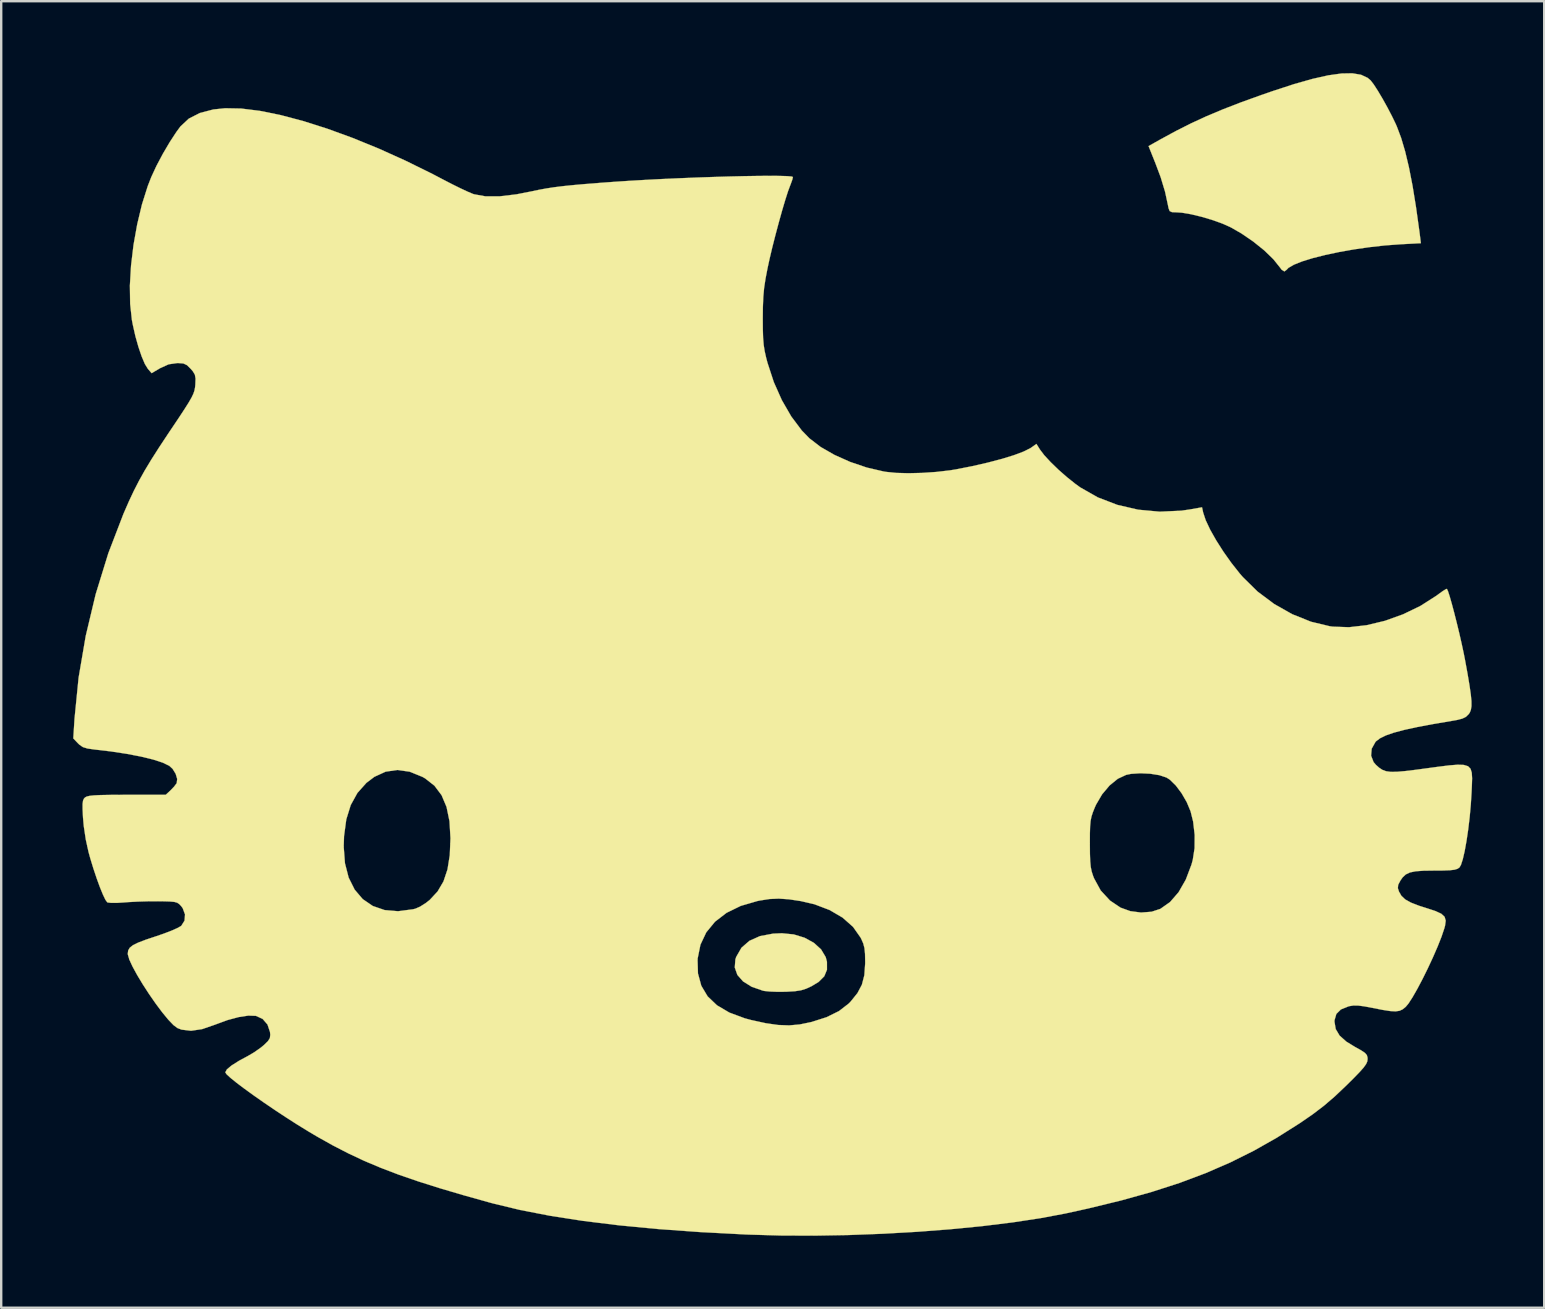
<source format=kicad_pcb>
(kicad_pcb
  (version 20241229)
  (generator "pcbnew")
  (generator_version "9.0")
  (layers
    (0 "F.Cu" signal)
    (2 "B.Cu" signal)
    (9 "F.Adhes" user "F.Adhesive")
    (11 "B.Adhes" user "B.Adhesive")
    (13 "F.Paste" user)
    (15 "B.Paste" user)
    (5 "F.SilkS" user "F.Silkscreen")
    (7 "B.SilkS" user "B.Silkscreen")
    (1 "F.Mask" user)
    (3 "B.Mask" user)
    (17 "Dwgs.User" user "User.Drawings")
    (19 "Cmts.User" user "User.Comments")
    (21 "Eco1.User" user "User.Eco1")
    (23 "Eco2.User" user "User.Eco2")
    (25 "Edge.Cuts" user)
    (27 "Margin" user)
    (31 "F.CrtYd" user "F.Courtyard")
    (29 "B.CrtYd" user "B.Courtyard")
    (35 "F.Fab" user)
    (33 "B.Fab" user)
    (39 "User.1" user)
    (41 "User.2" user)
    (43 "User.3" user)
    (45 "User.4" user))
  (footprint "HELLO_KITTY_1100"
    (layer "F.Cu")
    (at 29.343 23.942)
    (property "Reference" "HELLO_KITTY_1100" (at 0 0 0) (layer "F.SilkS") (effects (font (size 1.524 1.524) (thickness 0.3))))
    (attr through_hole)
    (fp_poly (pts (xy 0.688 11.951) (xy 1.14 12.089) (xy 1.527 12.302) (xy 1.827 12.575) (xy 2.019 12.896) (xy 2.071 13.092) (xy 2.072 13.421) (xy 1.96 13.694) (xy 1.724 13.93) (xy 1.432 14.107) (xy 1.203 14.213) (xy 0.987 14.28) (xy 0.735 14.318) (xy 0.396 14.338) (xy 0.348 14.34) (xy 0.013 14.343) (xy -0.301 14.331) (xy -0.54 14.307) (xy -0.601 14.294) (xy -1.069 14.131) (xy -1.425 13.909) (xy -1.662 13.639) (xy -1.771 13.33) (xy -1.745 12.99) (xy -1.712 12.889) (xy -1.493 12.507) (xy -1.162 12.218) (xy -0.722 12.021) (xy -0.175 11.918) (xy 0.194 11.902) (xy 0.688 11.951)) (stroke (width 0.01) (type solid)) (fill yes) (layer "F.SilkS"))
    (fp_poly (pts (xy 24.329 -23.876) (xy 24.605 -23.747) (xy 24.732 -23.638) (xy 24.859 -23.472) (xy 25.03 -23.208) (xy 25.226 -22.878) (xy 25.428 -22.515) (xy 25.617 -22.152) (xy 25.776 -21.823) (xy 25.823 -21.716) (xy 26.002 -21.24) (xy 26.168 -20.678) (xy 26.325 -20.02) (xy 26.475 -19.254) (xy 26.619 -18.368) (xy 26.761 -17.351) (xy 26.795 -17.083) (xy 26.823 -16.857) (xy 25.965 -16.811) (xy 25.327 -16.764) (xy 24.676 -16.691) (xy 24.031 -16.598) (xy 23.41 -16.488) (xy 22.831 -16.365) (xy 22.313 -16.234) (xy 21.874 -16.098) (xy 21.531 -15.961) (xy 21.304 -15.829) (xy 21.228 -15.749) (xy 21.135 -15.68) (xy 21.023 -15.749) (xy 20.953 -15.842) (xy 20.678 -16.186) (xy 20.298 -16.555) (xy 19.842 -16.922) (xy 19.344 -17.263) (xy 18.902 -17.517) (xy 18.557 -17.672) (xy 18.137 -17.822) (xy 17.686 -17.957) (xy 17.247 -18.063) (xy 16.864 -18.128) (xy 16.649 -18.143) (xy 16.452 -18.15) (xy 16.353 -18.196) (xy 16.307 -18.316) (xy 16.288 -18.415) (xy 16.162 -19.001) (xy 15.977 -19.611) (xy 15.758 -20.195) (xy 15.474 -20.904) (xy 15.992 -21.195) (xy 16.628 -21.54) (xy 17.251 -21.854) (xy 17.889 -22.148) (xy 18.57 -22.434) (xy 19.322 -22.725) (xy 20.173 -23.032) (xy 20.647 -23.196) (xy 21.535 -23.486) (xy 22.305 -23.704) (xy 22.963 -23.852) (xy 23.515 -23.929) (xy 23.968 -23.937) (xy 24.329 -23.876)) (stroke (width 0.01) (type solid)) (fill yes) (layer "F.SilkS"))
    (fp_poly (pts (xy -22.339 -22.468) (xy -21.565 -22.372) (xy -20.701 -22.197) (xy -19.76 -21.948) (xy -18.756 -21.629) (xy -17.701 -21.245) (xy -16.608 -20.799) (xy -15.492 -20.295) (xy -14.363 -19.739) (xy -13.934 -19.514) (xy -13.564 -19.322) (xy -13.212 -19.148) (xy -12.91 -19.007) (xy -12.69 -18.914) (xy -12.634 -18.895) (xy -12.164 -18.81) (xy -11.575 -18.809) (xy -10.87 -18.893) (xy -10.233 -19.018) (xy -9.926 -19.083) (xy -9.62 -19.139) (xy -9.294 -19.189) (xy -8.924 -19.235) (xy -8.491 -19.279) (xy -7.973 -19.325) (xy -7.347 -19.374) (xy -6.785 -19.415) (xy -6.164 -19.456) (xy -5.497 -19.495) (xy -4.801 -19.531) (xy -4.089 -19.563) (xy -3.376 -19.592) (xy -2.677 -19.616) (xy -2.006 -19.636) (xy -1.379 -19.651) (xy -0.81 -19.66) (xy -0.313 -19.664) (xy 0.096 -19.661) (xy 0.403 -19.652) (xy 0.594 -19.636) (xy 0.653 -19.615) (xy 0.627 -19.504) (xy 0.562 -19.323) (xy 0.539 -19.265) (xy 0.446 -19.014) (xy 0.33 -18.65) (xy 0.198 -18.205) (xy 0.059 -17.706) (xy -0.08 -17.184) (xy -0.211 -16.669) (xy -0.324 -16.19) (xy -0.405 -15.817) (xy -0.49 -15.373) (xy -0.548 -14.991) (xy -0.582 -14.619) (xy -0.599 -14.205) (xy -0.604 -13.716) (xy -0.601 -13.257) (xy -0.59 -12.904) (xy -0.566 -12.617) (xy -0.525 -12.357) (xy -0.464 -12.086) (xy -0.408 -11.874) (xy -0.145 -11.07) (xy 0.191 -10.315) (xy 0.585 -9.633) (xy 1.021 -9.052) (xy 1.34 -8.724) (xy 1.807 -8.365) (xy 2.385 -8.033) (xy 3.038 -7.741) (xy 3.732 -7.506) (xy 4.432 -7.343) (xy 4.527 -7.327) (xy 4.949 -7.284) (xy 5.47 -7.27) (xy 6.046 -7.284) (xy 6.634 -7.324) (xy 7.191 -7.389) (xy 7.439 -7.429) (xy 8.13 -7.565) (xy 8.777 -7.713) (xy 9.362 -7.867) (xy 9.865 -8.022) (xy 10.266 -8.173) (xy 10.547 -8.313) (xy 10.591 -8.342) (xy 10.801 -8.492) (xy 10.948 -8.256) (xy 11.126 -8.021) (xy 11.393 -7.733) (xy 11.718 -7.418) (xy 12.073 -7.106) (xy 12.426 -6.824) (xy 12.621 -6.683) (xy 13.359 -6.263) (xy 14.175 -5.95) (xy 15.042 -5.75) (xy 15.937 -5.667) (xy 16.833 -5.708) (xy 17.179 -5.758) (xy 17.702 -5.85) (xy 17.75 -5.628) (xy 17.855 -5.312) (xy 18.041 -4.917) (xy 18.294 -4.47) (xy 18.595 -3.998) (xy 18.928 -3.528) (xy 19.277 -3.087) (xy 19.4 -2.945) (xy 20.015 -2.34) (xy 20.711 -1.819) (xy 21.463 -1.394) (xy 22.243 -1.081) (xy 23.025 -0.893) (xy 23.151 -0.876) (xy 23.828 -0.852) (xy 24.562 -0.936) (xy 25.323 -1.118) (xy 26.081 -1.39) (xy 26.806 -1.741) (xy 27.469 -2.164) (xy 27.559 -2.231) (xy 27.739 -2.361) (xy 27.867 -2.439) (xy 27.908 -2.451) (xy 27.953 -2.354) (xy 28.023 -2.139) (xy 28.111 -1.832) (xy 28.211 -1.457) (xy 28.317 -1.039) (xy 28.423 -0.602) (xy 28.521 -0.171) (xy 28.607 0.229) (xy 28.66 0.497) (xy 28.77 1.099) (xy 28.85 1.577) (xy 28.903 1.947) (xy 28.93 2.227) (xy 28.931 2.435) (xy 28.908 2.587) (xy 28.863 2.702) (xy 28.817 2.769) (xy 28.704 2.88) (xy 28.549 2.957) (xy 28.31 3.017) (xy 28.139 3.047) (xy 27.34 3.182) (xy 26.673 3.307) (xy 26.13 3.426) (xy 25.698 3.541) (xy 25.366 3.656) (xy 25.124 3.774) (xy 24.96 3.897) (xy 24.927 3.934) (xy 24.773 4.211) (xy 24.748 4.501) (xy 24.852 4.769) (xy 24.946 4.88) (xy 25.085 5.004) (xy 25.22 5.093) (xy 25.374 5.15) (xy 25.568 5.176) (xy 25.826 5.173) (xy 26.169 5.143) (xy 26.621 5.088) (xy 26.932 5.046) (xy 27.531 4.965) (xy 28.001 4.906) (xy 28.357 4.878) (xy 28.614 4.887) (xy 28.788 4.941) (xy 28.893 5.047) (xy 28.944 5.213) (xy 28.958 5.446) (xy 28.948 5.753) (xy 28.936 6.02) (xy 28.904 6.538) (xy 28.856 7.065) (xy 28.795 7.579) (xy 28.724 8.058) (xy 28.648 8.479) (xy 28.569 8.82) (xy 28.492 9.057) (xy 28.429 9.162) (xy 28.346 9.217) (xy 28.223 9.254) (xy 28.033 9.276) (xy 27.75 9.287) (xy 27.391 9.289) (xy 26.94 9.295) (xy 26.607 9.319) (xy 26.368 9.368) (xy 26.196 9.449) (xy 26.065 9.57) (xy 25.971 9.704) (xy 25.877 9.883) (xy 25.864 10.022) (xy 25.91 10.165) (xy 26.012 10.343) (xy 26.171 10.492) (xy 26.411 10.626) (xy 26.753 10.758) (xy 27.059 10.855) (xy 27.429 10.976) (xy 27.675 11.09) (xy 27.812 11.217) (xy 27.858 11.377) (xy 27.83 11.588) (xy 27.799 11.702) (xy 27.684 12.044) (xy 27.523 12.451) (xy 27.329 12.898) (xy 27.115 13.358) (xy 26.893 13.807) (xy 26.676 14.219) (xy 26.476 14.569) (xy 26.306 14.831) (xy 26.192 14.968) (xy 26.067 15.07) (xy 25.935 15.133) (xy 25.768 15.157) (xy 25.541 15.144) (xy 25.225 15.095) (xy 24.834 15.018) (xy 24.47 14.949) (xy 24.208 14.915) (xy 24.011 14.913) (xy 23.839 14.941) (xy 23.804 14.95) (xy 23.49 15.077) (xy 23.301 15.264) (xy 23.225 15.523) (xy 23.223 15.592) (xy 23.274 15.895) (xy 23.435 16.166) (xy 23.717 16.419) (xy 24.076 16.638) (xy 24.337 16.784) (xy 24.494 16.89) (xy 24.573 16.983) (xy 24.6 17.087) (xy 24.602 17.148) (xy 24.589 17.246) (xy 24.54 17.354) (xy 24.442 17.492) (xy 24.279 17.677) (xy 24.039 17.925) (xy 23.713 18.249) (xy 23.233 18.704) (xy 22.783 19.09) (xy 22.309 19.451) (xy 21.771 19.821) (xy 20.821 20.421) (xy 19.864 20.963) (xy 18.881 21.453) (xy 17.855 21.898) (xy 16.768 22.306) (xy 15.601 22.683) (xy 14.336 23.036) (xy 12.956 23.372) (xy 12.011 23.58) (xy 10.973 23.775) (xy 9.814 23.951) (xy 8.555 24.106) (xy 7.219 24.237) (xy 5.828 24.344) (xy 4.404 24.425) (xy 2.968 24.479) (xy 1.544 24.504) (xy 0.154 24.499) (xy -1.181 24.461) (xy -1.306 24.456) (xy -3.209 24.356) (xy -4.972 24.229) (xy -6.601 24.073) (xy -8.099 23.889) (xy -9.469 23.676) (xy -10.717 23.434) (xy -11.845 23.162) (xy -11.938 23.137) (xy -13.066 22.822) (xy -14.069 22.526) (xy -14.966 22.242) (xy -15.776 21.963) (xy -16.517 21.681) (xy -17.208 21.39) (xy -17.866 21.081) (xy -18.511 20.749) (xy -19.161 20.385) (xy -19.53 20.167) (xy -19.984 19.888) (xy -20.456 19.586) (xy -20.931 19.273) (xy -21.393 18.959) (xy -21.826 18.656) (xy -22.214 18.375) (xy -22.542 18.127) (xy -22.793 17.924) (xy -22.953 17.776) (xy -23.004 17.699) (xy -22.938 17.577) (xy -22.744 17.414) (xy -22.432 17.217) (xy -22.074 17.024) (xy -21.795 16.86) (xy -21.515 16.662) (xy -21.398 16.565) (xy -21.227 16.399) (xy -21.146 16.272) (xy -21.129 16.133) (xy -21.141 16.016) (xy -21.245 15.706) (xy -21.447 15.473) (xy -21.721 15.347) (xy -21.734 15.344) (xy -22.043 15.334) (xy -22.445 15.395) (xy -22.908 15.519) (xy -23.402 15.7) (xy -23.432 15.712) (xy -23.969 15.897) (xy -24.43 15.966) (xy -24.825 15.919) (xy -24.998 15.853) (xy -25.163 15.73) (xy -25.38 15.503) (xy -25.632 15.197) (xy -25.903 14.835) (xy -26.178 14.439) (xy -26.441 14.034) (xy -26.677 13.642) (xy -26.871 13.287) (xy -27.005 12.995) (xy -3.322 12.995) (xy -3.305 13.578) (xy -3.166 14.09) (xy -2.903 14.531) (xy -2.514 14.903) (xy -1.997 15.208) (xy -1.353 15.447) (xy -1.089 15.518) (xy -0.48 15.651) (xy 0.035 15.725) (xy 0.494 15.742) (xy 0.934 15.703) (xy 1.395 15.608) (xy 1.422 15.602) (xy 2.059 15.399) (xy 2.573 15.145) (xy 2.977 14.832) (xy 3.058 14.749) (xy 3.342 14.396) (xy 3.527 14.045) (xy 3.629 13.652) (xy 3.663 13.171) (xy 3.664 13.099) (xy 3.658 12.761) (xy 3.634 12.519) (xy 3.583 12.325) (xy 3.496 12.128) (xy 3.47 12.079) (xy 3.158 11.636) (xy 2.723 11.251) (xy 2.182 10.934) (xy 1.548 10.693) (xy 0.979 10.561) (xy 0.479 10.486) (xy 0.063 10.458) (xy -0.323 10.475) (xy -0.73 10.539) (xy -0.824 10.558) (xy -1.521 10.761) (xy -2.113 11.05) (xy -2.594 11.42) (xy -2.959 11.864) (xy -3.202 12.379) (xy -3.319 12.959) (xy -3.322 12.995) (xy -27.005 12.995) (xy -27.005 12.993) (xy -27.066 12.783) (xy -27.068 12.754) (xy -27.051 12.62) (xy -26.986 12.506) (xy -26.854 12.401) (xy -26.637 12.293) (xy -26.315 12.17) (xy -25.9 12.032) (xy -25.546 11.91) (xy -25.23 11.788) (xy -24.986 11.679) (xy -24.844 11.597) (xy -24.838 11.591) (xy -24.702 11.376) (xy -24.682 11.118) (xy -24.778 10.858) (xy -24.842 10.771) (xy -24.923 10.686) (xy -25.009 10.629) (xy -25.131 10.595) (xy -25.321 10.578) (xy -25.61 10.57) (xy -25.804 10.568) (xy -26.215 10.57) (xy -26.655 10.583) (xy -27.053 10.604) (xy -27.214 10.617) (xy -27.513 10.636) (xy -27.756 10.637) (xy -27.905 10.619) (xy -27.925 10.61) (xy -28 10.506) (xy -28.105 10.287) (xy -28.23 9.981) (xy -28.365 9.611) (xy -28.501 9.204) (xy -28.629 8.785) (xy -28.702 8.521) (xy -28.752 8.294) (xy -18.069 8.294) (xy -18.017 8.984) (xy -17.863 9.583) (xy -17.613 10.083) (xy -17.275 10.48) (xy -16.856 10.766) (xy -16.363 10.936) (xy -15.803 10.984) (xy -15.184 10.903) (xy -15.087 10.88) (xy -14.888 10.794) (xy -14.649 10.643) (xy -14.485 10.514) (xy -14.156 10.16) (xy -13.911 9.742) (xy -13.744 9.243) (xy -13.648 8.646) (xy -13.628 8.157) (xy 13.028 8.157) (xy 13.028 8.164) (xy 13.031 8.587) (xy 13.042 8.899) (xy 13.064 9.135) (xy 13.103 9.327) (xy 13.162 9.51) (xy 13.201 9.61) (xy 13.479 10.119) (xy 13.867 10.539) (xy 14.306 10.834) (xy 14.714 10.981) (xy 15.161 11.039) (xy 15.598 11.006) (xy 15.965 10.886) (xy 16.369 10.602) (xy 16.726 10.19) (xy 17.026 9.666) (xy 17.262 9.042) (xy 17.316 8.846) (xy 17.392 8.356) (xy 17.396 7.803) (xy 17.332 7.249) (xy 17.226 6.822) (xy 17.066 6.439) (xy 16.852 6.068) (xy 16.609 5.744) (xy 16.363 5.503) (xy 16.223 5.413) (xy 15.925 5.314) (xy 15.542 5.253) (xy 15.13 5.234) (xy 14.744 5.259) (xy 14.54 5.301) (xy 14.192 5.464) (xy 13.849 5.743) (xy 13.538 6.112) (xy 13.286 6.542) (xy 13.238 6.648) (xy 13.154 6.857) (xy 13.095 7.037) (xy 13.058 7.222) (xy 13.038 7.447) (xy 13.029 7.747) (xy 13.028 8.157) (xy -13.628 8.157) (xy -13.619 7.944) (xy -13.66 7.234) (xy -13.783 6.638) (xy -13.99 6.148) (xy -14.286 5.754) (xy -14.676 5.448) (xy -14.787 5.385) (xy -15.319 5.169) (xy -15.832 5.097) (xy -16.323 5.168) (xy -16.79 5.382) (xy -17.123 5.634) (xy -17.498 6.055) (xy -17.776 6.559) (xy -17.961 7.155) (xy -18.055 7.853) (xy -18.069 8.294) (xy -28.752 8.294) (xy -28.818 7.996) (xy -28.902 7.434) (xy -28.934 7.074) (xy -28.95 6.736) (xy -28.951 6.512) (xy -28.932 6.373) (xy -28.892 6.287) (xy -28.845 6.24) (xy -28.777 6.204) (xy -28.66 6.176) (xy -28.477 6.156) (xy -28.21 6.143) (xy -27.841 6.136) (xy -27.353 6.133) (xy -27.1 6.132) (xy -25.486 6.132) (xy -25.291 5.951) (xy -25.14 5.794) (xy -25.034 5.654) (xy -25.029 5.644) (xy -25.008 5.472) (xy -25.072 5.257) (xy -25.199 5.051) (xy -25.336 4.925) (xy -25.608 4.793) (xy -26.007 4.663) (xy -26.515 4.539) (xy -27.114 4.424) (xy -27.786 4.322) (xy -28.46 4.243) (xy -28.746 4.203) (xy -28.937 4.144) (xy -29.081 4.046) (xy -29.141 3.988) (xy -29.338 3.782) (xy -29.287 2.961) (xy -29.117 1.249) (xy -28.82 -0.491) (xy -28.405 -2.23) (xy -27.878 -3.937) (xy -27.246 -5.582) (xy -27.234 -5.609) (xy -27.022 -6.095) (xy -26.816 -6.534) (xy -26.601 -6.953) (xy -26.364 -7.378) (xy -26.089 -7.834) (xy -25.762 -8.347) (xy -25.368 -8.943) (xy -25.233 -9.144) (xy -24.929 -9.597) (xy -24.698 -9.949) (xy -24.528 -10.219) (xy -24.409 -10.426) (xy -24.332 -10.588) (xy -24.287 -10.723) (xy -24.263 -10.851) (xy -24.252 -10.966) (xy -24.243 -11.212) (xy -24.271 -11.376) (xy -24.355 -11.517) (xy -24.443 -11.619) (xy -24.599 -11.773) (xy -24.749 -11.844) (xy -24.96 -11.861) (xy -25.014 -11.86) (xy -25.365 -11.809) (xy -25.717 -11.65) (xy -25.72 -11.648) (xy -26.074 -11.44) (xy -26.232 -11.623) (xy -26.355 -11.822) (xy -26.488 -12.135) (xy -26.623 -12.531) (xy -26.75 -12.981) (xy -26.857 -13.453) (xy -26.896 -13.656) (xy -26.969 -14.326) (xy -26.98 -15.092) (xy -26.932 -15.922) (xy -26.829 -16.783) (xy -26.675 -17.644) (xy -26.477 -18.472) (xy -26.236 -19.235) (xy -26.089 -19.612) (xy -25.873 -20.078) (xy -25.607 -20.58) (xy -25.319 -21.07) (xy -25.036 -21.502) (xy -24.87 -21.726) (xy -24.524 -22.048) (xy -24.065 -22.283) (xy -23.5 -22.43) (xy -23.01 -22.481) (xy -22.339 -22.468)) (stroke (width 0.01) (type solid)) (fill yes) (layer "F.SilkS")))
  (gr_rect
    (start -3 -3)
    (end 61.306 51.45)
    (stroke (width 0.1) (type default))
    (fill no)
    (layer "Edge.Cuts")))
</source>
